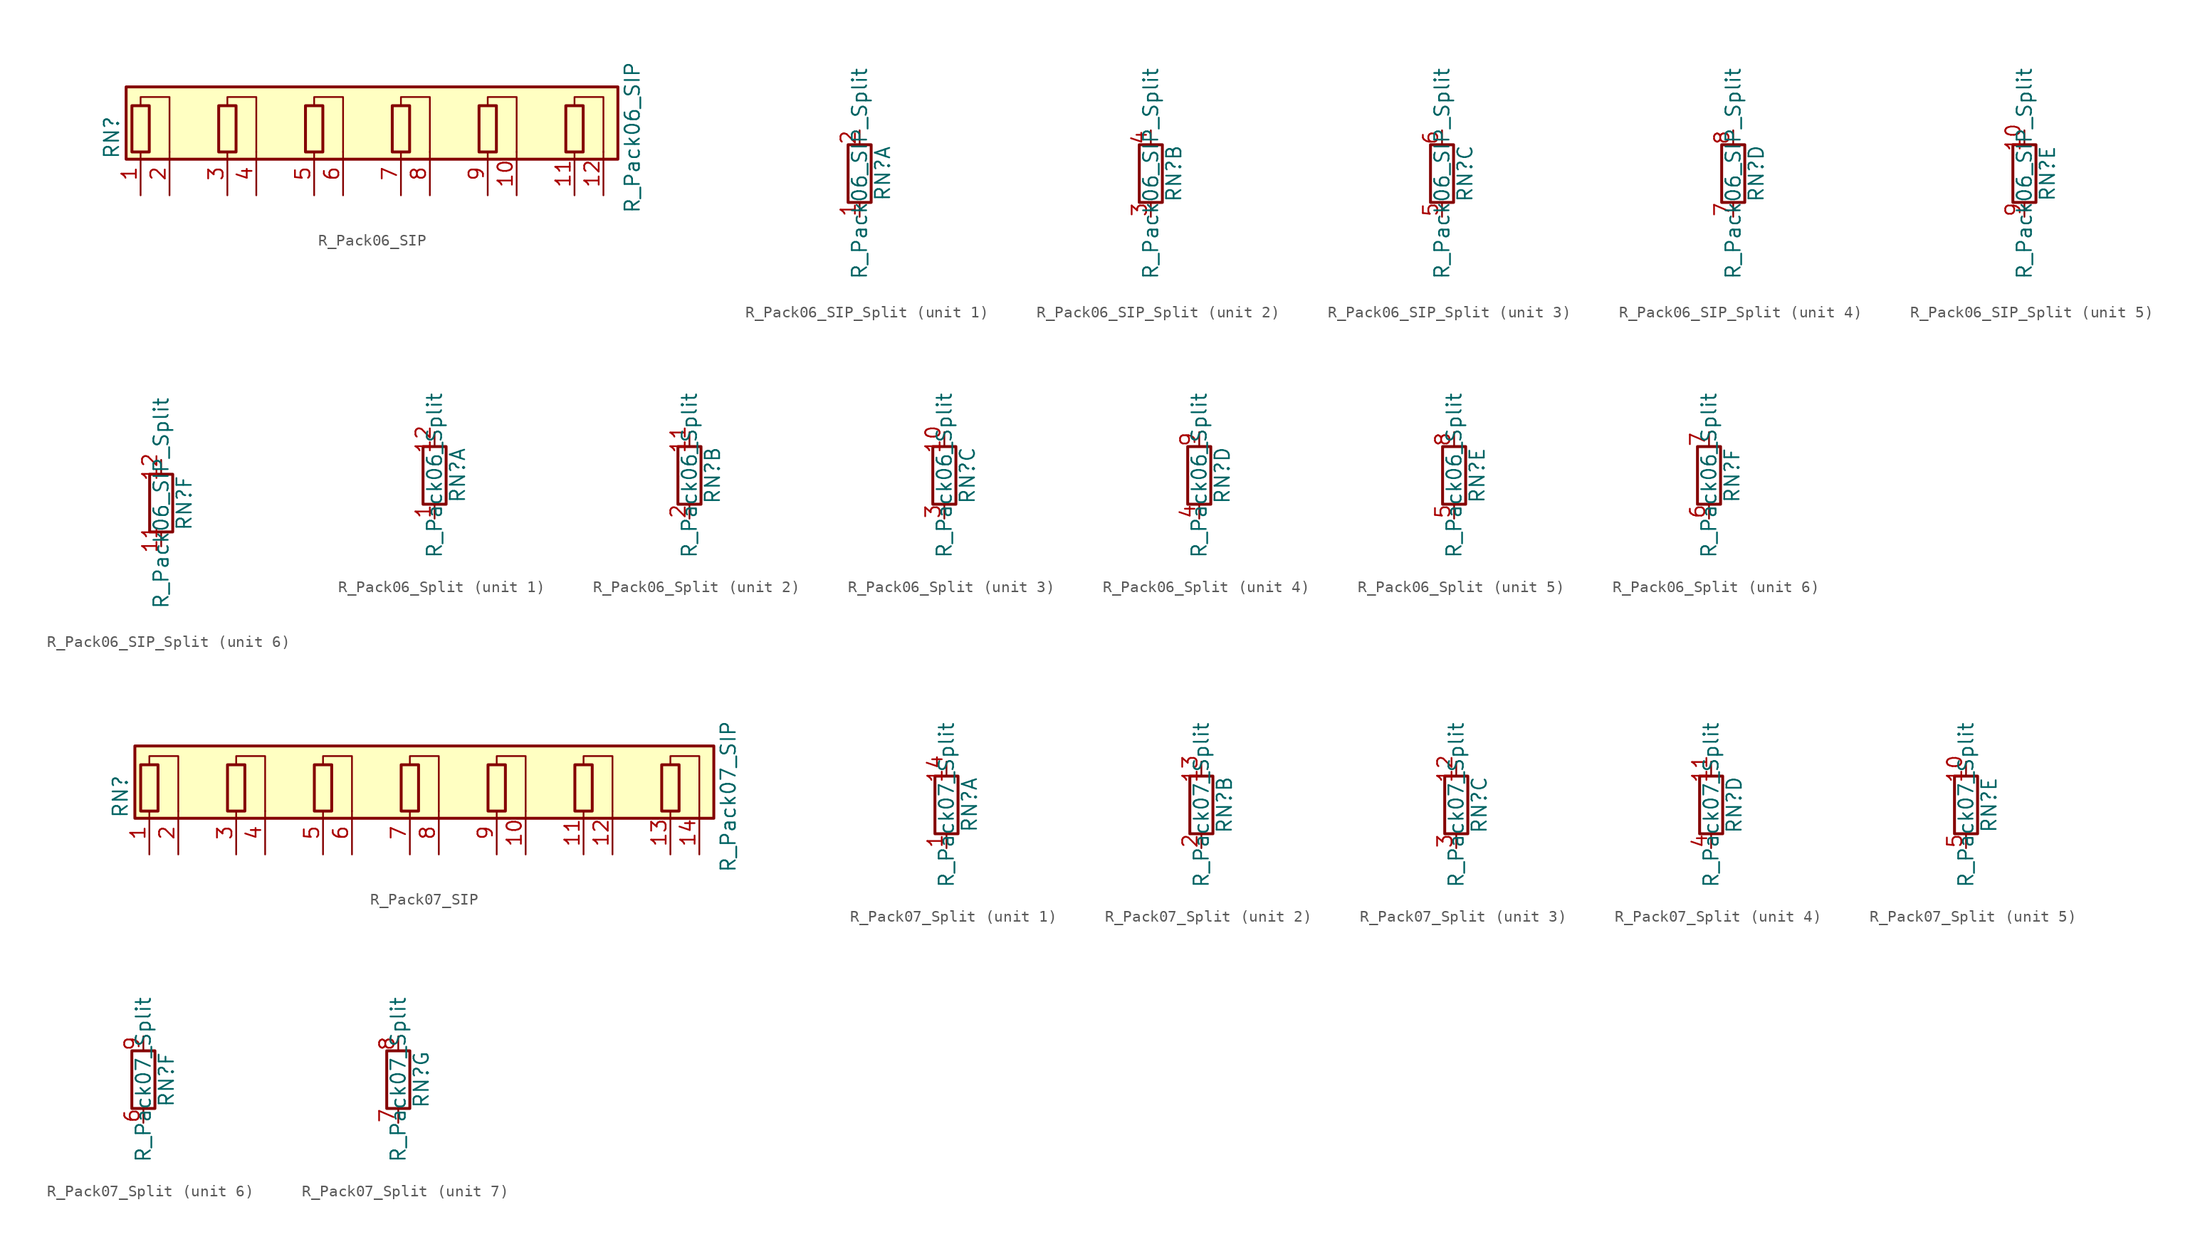
<source format=kicad_sym>
(kicad_symbol_lib
  (version 20241209)
  (generator "kicad_symbol_editor")
  (generator_version "9.0")
  (symbol "R_Pack06_SIP"
    (pin_names
      (offset 0)
      (hide yes))
    (property "Reference" "RN"
      (at -22.86 0 90)
      (effects (font (size 1.27 1.27))))
    (property "Value" "R_Pack06_SIP"
      (at 22.86 0 90)
      (effects (font (size 1.27 1.27))))
    (symbol "R_Pack06_SIP_0_1"
      (rectangle (start -21.59 -1.905) (end 21.59 4.445) (stroke (width 0.254) (type default)) (fill (type background)))
      (rectangle (start -21.082 2.794) (end -19.558 -1.27) (stroke (width 0.254) (type default)) (fill (type none)))
      (polyline (pts (xy -20.32 2.794) (xy -20.32 3.556) (xy -17.78 3.556) (xy -17.78 -1.27)) (stroke (width 0) (type default)) (fill (type none)))
      (rectangle (start -13.462 2.794) (end -11.938 -1.27) (stroke (width 0.254) (type default)) (fill (type none)))
      (polyline (pts (xy -12.7 2.794) (xy -12.7 3.556) (xy -10.16 3.556) (xy -10.16 -1.27)) (stroke (width 0) (type default)) (fill (type none)))
      (rectangle (start -5.842 2.794) (end -4.318 -1.27) (stroke (width 0.254) (type default)) (fill (type none)))
      (polyline (pts (xy -5.08 2.794) (xy -5.08 3.556) (xy -2.54 3.556) (xy -2.54 -1.27)) (stroke (width 0) (type default)) (fill (type none)))
      (rectangle (start 1.778 2.794) (end 3.302 -1.27) (stroke (width 0.254) (type default)) (fill (type none)))
      (polyline (pts (xy 2.54 2.794) (xy 2.54 3.556) (xy 5.08 3.556) (xy 5.08 -1.27)) (stroke (width 0) (type default)) (fill (type none)))
      (rectangle (start 9.398 2.794) (end 10.922 -1.27) (stroke (width 0.254) (type default)) (fill (type none)))
      (polyline (pts (xy 10.16 2.794) (xy 10.16 3.556) (xy 12.7 3.556) (xy 12.7 -1.27)) (stroke (width 0) (type default)) (fill (type none)))
      (rectangle (start 17.018 2.794) (end 18.542 -1.27) (stroke (width 0.254) (type default)) (fill (type none)))
      (polyline (pts (xy 17.78 2.794) (xy 17.78 3.556) (xy 20.32 3.556) (xy 20.32 -1.27)) (stroke (width 0) (type default)) (fill (type none))))
    (symbol "R_Pack06_SIP_1_1"
      (pin passive line (at -20.32 -5.08 90) (length 3.81) (name "R1.1" (effects (font (size 1.27 1.27)))) (number "1" (effects (font (size 1.27 1.27)))))
      (pin passive line (at -17.78 -5.08 90) (length 3.81) (name "R1.2" (effects (font (size 1.27 1.27)))) (number "2" (effects (font (size 1.27 1.27)))))
      (pin passive line (at -12.7 -5.08 90) (length 3.81) (name "R2.1" (effects (font (size 1.27 1.27)))) (number "3" (effects (font (size 1.27 1.27)))))
      (pin passive line (at -10.16 -5.08 90) (length 3.81) (name "R2.2" (effects (font (size 1.27 1.27)))) (number "4" (effects (font (size 1.27 1.27)))))
      (pin passive line (at -5.08 -5.08 90) (length 3.81) (name "R3.1" (effects (font (size 1.27 1.27)))) (number "5" (effects (font (size 1.27 1.27)))))
      (pin passive line (at -2.54 -5.08 90) (length 3.81) (name "R3.2" (effects (font (size 1.27 1.27)))) (number "6" (effects (font (size 1.27 1.27)))))
      (pin passive line (at 2.54 -5.08 90) (length 3.81) (name "R4.1" (effects (font (size 1.27 1.27)))) (number "7" (effects (font (size 1.27 1.27)))))
      (pin passive line (at 5.08 -5.08 90) (length 3.81) (name "R4.2" (effects (font (size 1.27 1.27)))) (number "8" (effects (font (size 1.27 1.27)))))
      (pin passive line (at 10.16 -5.08 90) (length 3.81) (name "R5.1" (effects (font (size 1.27 1.27)))) (number "9" (effects (font (size 1.27 1.27)))))
      (pin passive line (at 12.7 -5.08 90) (length 3.81) (name "R5.2" (effects (font (size 1.27 1.27)))) (number "10" (effects (font (size 1.27 1.27)))))
      (pin passive line (at 17.78 -5.08 90) (length 3.81) (name "R6.1" (effects (font (size 1.27 1.27)))) (number "11" (effects (font (size 1.27 1.27)))))
      (pin passive line (at 20.32 -5.08 90) (length 3.81) (name "R6.2" (effects (font (size 1.27 1.27)))) (number "12" (effects (font (size 1.27 1.27)))))))
  (symbol "R_Pack06_SIP_Split"
    (pin_names
      (offset 0)
      (hide yes))
    (property "Reference" "RN"
      (at 2.032 0 90)
      (effects (font (size 1.27 1.27))))
    (property "Value" "R_Pack06_SIP_Split"
      (at 0 0 90)
      (effects (font (size 1.27 1.27))))
    (symbol "R_Pack06_SIP_Split_0_1"
      (rectangle (start 1.016 2.54) (end -1.016 -2.54) (stroke (width 0.254) (type default)) (fill (type none))))
    (symbol "R_Pack06_SIP_Split_1_1"
      (pin passive line (at 0 3.81 270) (length 1.27) (name "R1.2" (effects (font (size 1.27 1.27)))) (number "2" (effects (font (size 1.27 1.27)))))
      (pin passive line (at 0 -3.81 90) (length 1.27) (name "R1.1" (effects (font (size 1.27 1.27)))) (number "1" (effects (font (size 1.27 1.27))))))
    (symbol "R_Pack06_SIP_Split_2_1"
      (pin passive line (at 0 3.81 270) (length 1.27) (name "R2.2" (effects (font (size 1.27 1.27)))) (number "4" (effects (font (size 1.27 1.27)))))
      (pin passive line (at 0 -3.81 90) (length 1.27) (name "R2.1" (effects (font (size 1.27 1.27)))) (number "3" (effects (font (size 1.27 1.27))))))
    (symbol "R_Pack06_SIP_Split_3_1"
      (pin passive line (at 0 3.81 270) (length 1.27) (name "R3.2" (effects (font (size 1.27 1.27)))) (number "6" (effects (font (size 1.27 1.27)))))
      (pin passive line (at 0 -3.81 90) (length 1.27) (name "R3.1" (effects (font (size 1.27 1.27)))) (number "5" (effects (font (size 1.27 1.27))))))
    (symbol "R_Pack06_SIP_Split_4_1"
      (pin passive line (at 0 3.81 270) (length 1.27) (name "R4.2" (effects (font (size 1.27 1.27)))) (number "8" (effects (font (size 1.27 1.27)))))
      (pin passive line (at 0 -3.81 90) (length 1.27) (name "R4.1" (effects (font (size 1.27 1.27)))) (number "7" (effects (font (size 1.27 1.27))))))
    (symbol "R_Pack06_SIP_Split_5_1"
      (pin passive line (at 0 3.81 270) (length 1.27) (name "R5.2" (effects (font (size 1.27 1.27)))) (number "10" (effects (font (size 1.27 1.27)))))
      (pin passive line (at 0 -3.81 90) (length 1.27) (name "R5.1" (effects (font (size 1.27 1.27)))) (number "9" (effects (font (size 1.27 1.27))))))
    (symbol "R_Pack06_SIP_Split_6_1"
      (pin passive line (at 0 3.81 270) (length 1.27) (name "R6.2" (effects (font (size 1.27 1.27)))) (number "12" (effects (font (size 1.27 1.27)))))
      (pin passive line (at 0 -3.81 90) (length 1.27) (name "R6.1" (effects (font (size 1.27 1.27)))) (number "11" (effects (font (size 1.27 1.27)))))))
  (symbol "R_Pack06_Split"
    (pin_names
      (offset 0)
      (hide yes))
    (property "Reference" "RN"
      (at 2.032 0 90)
      (effects (font (size 1.27 1.27))))
    (property "Value" "R_Pack06_Split"
      (at 0 0 90)
      (effects (font (size 1.27 1.27))))
    (symbol "R_Pack06_Split_0_1"
      (rectangle (start 1.016 2.54) (end -1.016 -2.54) (stroke (width 0.254) (type default)) (fill (type none))))
    (symbol "R_Pack06_Split_1_1"
      (pin passive line (at 0 3.81 270) (length 1.27) (name "R1.2" (effects (font (size 1.27 1.27)))) (number "12" (effects (font (size 1.27 1.27)))))
      (pin passive line (at 0 -3.81 90) (length 1.27) (name "R1.1" (effects (font (size 1.27 1.27)))) (number "1" (effects (font (size 1.27 1.27))))))
    (symbol "R_Pack06_Split_2_1"
      (pin passive line (at 0 3.81 270) (length 1.27) (name "R2.2" (effects (font (size 1.27 1.27)))) (number "11" (effects (font (size 1.27 1.27)))))
      (pin passive line (at 0 -3.81 90) (length 1.27) (name "R2.1" (effects (font (size 1.27 1.27)))) (number "2" (effects (font (size 1.27 1.27))))))
    (symbol "R_Pack06_Split_3_1"
      (pin passive line (at 0 3.81 270) (length 1.27) (name "R3.2" (effects (font (size 1.27 1.27)))) (number "10" (effects (font (size 1.27 1.27)))))
      (pin passive line (at 0 -3.81 90) (length 1.27) (name "R3.1" (effects (font (size 1.27 1.27)))) (number "3" (effects (font (size 1.27 1.27))))))
    (symbol "R_Pack06_Split_4_1"
      (pin passive line (at 0 3.81 270) (length 1.27) (name "R4.2" (effects (font (size 1.27 1.27)))) (number "9" (effects (font (size 1.27 1.27)))))
      (pin passive line (at 0 -3.81 90) (length 1.27) (name "R4.1" (effects (font (size 1.27 1.27)))) (number "4" (effects (font (size 1.27 1.27))))))
    (symbol "R_Pack06_Split_5_1"
      (pin passive line (at 0 3.81 270) (length 1.27) (name "R5.2" (effects (font (size 1.27 1.27)))) (number "8" (effects (font (size 1.27 1.27)))))
      (pin passive line (at 0 -3.81 90) (length 1.27) (name "R5.1" (effects (font (size 1.27 1.27)))) (number "5" (effects (font (size 1.27 1.27))))))
    (symbol "R_Pack06_Split_6_1"
      (pin passive line (at 0 3.81 270) (length 1.27) (name "R6.2" (effects (font (size 1.27 1.27)))) (number "7" (effects (font (size 1.27 1.27)))))
      (pin passive line (at 0 -3.81 90) (length 1.27) (name "R6.1" (effects (font (size 1.27 1.27)))) (number "6" (effects (font (size 1.27 1.27)))))))
  (symbol "R_Pack07_SIP"
    (pin_names
      (offset 0)
      (hide yes))
    (property "Reference" "RN"
      (at -25.4 0 90)
      (effects (font (size 1.27 1.27))))
    (property "Value" "R_Pack07_SIP"
      (at 27.94 0 90)
      (effects (font (size 1.27 1.27))))
    (symbol "R_Pack07_SIP_0_1"
      (rectangle (start -24.13 -1.905) (end 26.67 4.445) (stroke (width 0.254) (type default)) (fill (type background)))
      (rectangle (start -23.622 2.794) (end -22.098 -1.27) (stroke (width 0.254) (type default)) (fill (type none)))
      (polyline (pts (xy -22.86 2.794) (xy -22.86 3.556) (xy -20.32 3.556) (xy -20.32 -1.27)) (stroke (width 0) (type default)) (fill (type none)))
      (rectangle (start -16.002 2.794) (end -14.478 -1.27) (stroke (width 0.254) (type default)) (fill (type none)))
      (polyline (pts (xy -15.24 2.794) (xy -15.24 3.556) (xy -12.7 3.556) (xy -12.7 -1.27)) (stroke (width 0) (type default)) (fill (type none)))
      (rectangle (start -8.382 2.794) (end -6.858 -1.27) (stroke (width 0.254) (type default)) (fill (type none)))
      (polyline (pts (xy -7.62 2.794) (xy -7.62 3.556) (xy -5.08 3.556) (xy -5.08 -1.27)) (stroke (width 0) (type default)) (fill (type none)))
      (rectangle (start -0.762 2.794) (end 0.762 -1.27) (stroke (width 0.254) (type default)) (fill (type none)))
      (polyline (pts (xy 0 2.794) (xy 0 3.556) (xy 2.54 3.556) (xy 2.54 -1.27)) (stroke (width 0) (type default)) (fill (type none)))
      (rectangle (start 6.858 2.794) (end 8.382 -1.27) (stroke (width 0.254) (type default)) (fill (type none)))
      (polyline (pts (xy 7.62 2.794) (xy 7.62 3.556) (xy 10.16 3.556) (xy 10.16 -1.27)) (stroke (width 0) (type default)) (fill (type none)))
      (rectangle (start 14.478 2.794) (end 16.002 -1.27) (stroke (width 0.254) (type default)) (fill (type none)))
      (polyline (pts (xy 15.24 2.794) (xy 15.24 3.556) (xy 17.78 3.556) (xy 17.78 -1.27)) (stroke (width 0) (type default)) (fill (type none)))
      (rectangle (start 22.098 2.794) (end 23.622 -1.27) (stroke (width 0.254) (type default)) (fill (type none)))
      (polyline (pts (xy 22.86 2.794) (xy 22.86 3.556) (xy 25.4 3.556) (xy 25.4 -1.27)) (stroke (width 0) (type default)) (fill (type none))))
    (symbol "R_Pack07_SIP_1_1"
      (pin passive line (at -22.86 -5.08 90) (length 3.81) (name "R1.1" (effects (font (size 1.27 1.27)))) (number "1" (effects (font (size 1.27 1.27)))))
      (pin passive line (at -20.32 -5.08 90) (length 3.81) (name "R1.2" (effects (font (size 1.27 1.27)))) (number "2" (effects (font (size 1.27 1.27)))))
      (pin passive line (at -15.24 -5.08 90) (length 3.81) (name "R2.1" (effects (font (size 1.27 1.27)))) (number "3" (effects (font (size 1.27 1.27)))))
      (pin passive line (at -12.7 -5.08 90) (length 3.81) (name "R2.2" (effects (font (size 1.27 1.27)))) (number "4" (effects (font (size 1.27 1.27)))))
      (pin passive line (at -7.62 -5.08 90) (length 3.81) (name "R3.1" (effects (font (size 1.27 1.27)))) (number "5" (effects (font (size 1.27 1.27)))))
      (pin passive line (at -5.08 -5.08 90) (length 3.81) (name "R3.2" (effects (font (size 1.27 1.27)))) (number "6" (effects (font (size 1.27 1.27)))))
      (pin passive line (at 0 -5.08 90) (length 3.81) (name "R4.1" (effects (font (size 1.27 1.27)))) (number "7" (effects (font (size 1.27 1.27)))))
      (pin passive line (at 2.54 -5.08 90) (length 3.81) (name "R4.2" (effects (font (size 1.27 1.27)))) (number "8" (effects (font (size 1.27 1.27)))))
      (pin passive line (at 7.62 -5.08 90) (length 3.81) (name "R5.1" (effects (font (size 1.27 1.27)))) (number "9" (effects (font (size 1.27 1.27)))))
      (pin passive line (at 10.16 -5.08 90) (length 3.81) (name "R5.2" (effects (font (size 1.27 1.27)))) (number "10" (effects (font (size 1.27 1.27)))))
      (pin passive line (at 15.24 -5.08 90) (length 3.81) (name "R6.1" (effects (font (size 1.27 1.27)))) (number "11" (effects (font (size 1.27 1.27)))))
      (pin passive line (at 17.78 -5.08 90) (length 3.81) (name "R6.2" (effects (font (size 1.27 1.27)))) (number "12" (effects (font (size 1.27 1.27)))))
      (pin passive line (at 22.86 -5.08 90) (length 3.81) (name "R7.1" (effects (font (size 1.27 1.27)))) (number "13" (effects (font (size 1.27 1.27)))))
      (pin passive line (at 25.4 -5.08 90) (length 3.81) (name "R7.2" (effects (font (size 1.27 1.27)))) (number "14" (effects (font (size 1.27 1.27)))))))
  (symbol "R_Pack07_Split"
    (pin_names
      (offset 0)
      (hide yes))
    (property "Reference" "RN"
      (at 2.032 0 90)
      (effects (font (size 1.27 1.27))))
    (property "Value" "R_Pack07_Split"
      (at 0 0 90)
      (effects (font (size 1.27 1.27))))
    (symbol "R_Pack07_Split_0_1"
      (rectangle (start 1.016 2.54) (end -1.016 -2.54) (stroke (width 0.254) (type default)) (fill (type none))))
    (symbol "R_Pack07_Split_1_1"
      (pin passive line (at 0 3.81 270) (length 1.27) (name "R1.2" (effects (font (size 1.27 1.27)))) (number "14" (effects (font (size 1.27 1.27)))))
      (pin passive line (at 0 -3.81 90) (length 1.27) (name "R1.1" (effects (font (size 1.27 1.27)))) (number "1" (effects (font (size 1.27 1.27))))))
    (symbol "R_Pack07_Split_2_1"
      (pin passive line (at 0 3.81 270) (length 1.27) (name "R2.2" (effects (font (size 1.27 1.27)))) (number "13" (effects (font (size 1.27 1.27)))))
      (pin passive line (at 0 -3.81 90) (length 1.27) (name "R2.1" (effects (font (size 1.27 1.27)))) (number "2" (effects (font (size 1.27 1.27))))))
    (symbol "R_Pack07_Split_3_1"
      (pin passive line (at 0 3.81 270) (length 1.27) (name "R3.2" (effects (font (size 1.27 1.27)))) (number "12" (effects (font (size 1.27 1.27)))))
      (pin passive line (at 0 -3.81 90) (length 1.27) (name "R3.1" (effects (font (size 1.27 1.27)))) (number "3" (effects (font (size 1.27 1.27))))))
    (symbol "R_Pack07_Split_4_1"
      (pin passive line (at 0 3.81 270) (length 1.27) (name "R4.2" (effects (font (size 1.27 1.27)))) (number "11" (effects (font (size 1.27 1.27)))))
      (pin passive line (at 0 -3.81 90) (length 1.27) (name "R4.1" (effects (font (size 1.27 1.27)))) (number "4" (effects (font (size 1.27 1.27))))))
    (symbol "R_Pack07_Split_5_1"
      (pin passive line (at 0 3.81 270) (length 1.27) (name "R5.2" (effects (font (size 1.27 1.27)))) (number "10" (effects (font (size 1.27 1.27)))))
      (pin passive line (at 0 -3.81 90) (length 1.27) (name "R5.1" (effects (font (size 1.27 1.27)))) (number "5" (effects (font (size 1.27 1.27))))))
    (symbol "R_Pack07_Split_6_1"
      (pin passive line (at 0 3.81 270) (length 1.27) (name "R6.2" (effects (font (size 1.27 1.27)))) (number "9" (effects (font (size 1.27 1.27)))))
      (pin passive line (at 0 -3.81 90) (length 1.27) (name "R6.1" (effects (font (size 1.27 1.27)))) (number "6" (effects (font (size 1.27 1.27))))))
    (symbol "R_Pack07_Split_7_1"
      (pin passive line (at 0 3.81 270) (length 1.27) (name "R7.2" (effects (font (size 1.27 1.27)))) (number "8" (effects (font (size 1.27 1.27)))))
      (pin passive line (at 0 -3.81 90) (length 1.27) (name "R7.1" (effects (font (size 1.27 1.27)))) (number "7" (effects (font (size 1.27 1.27))))))))
</source>
